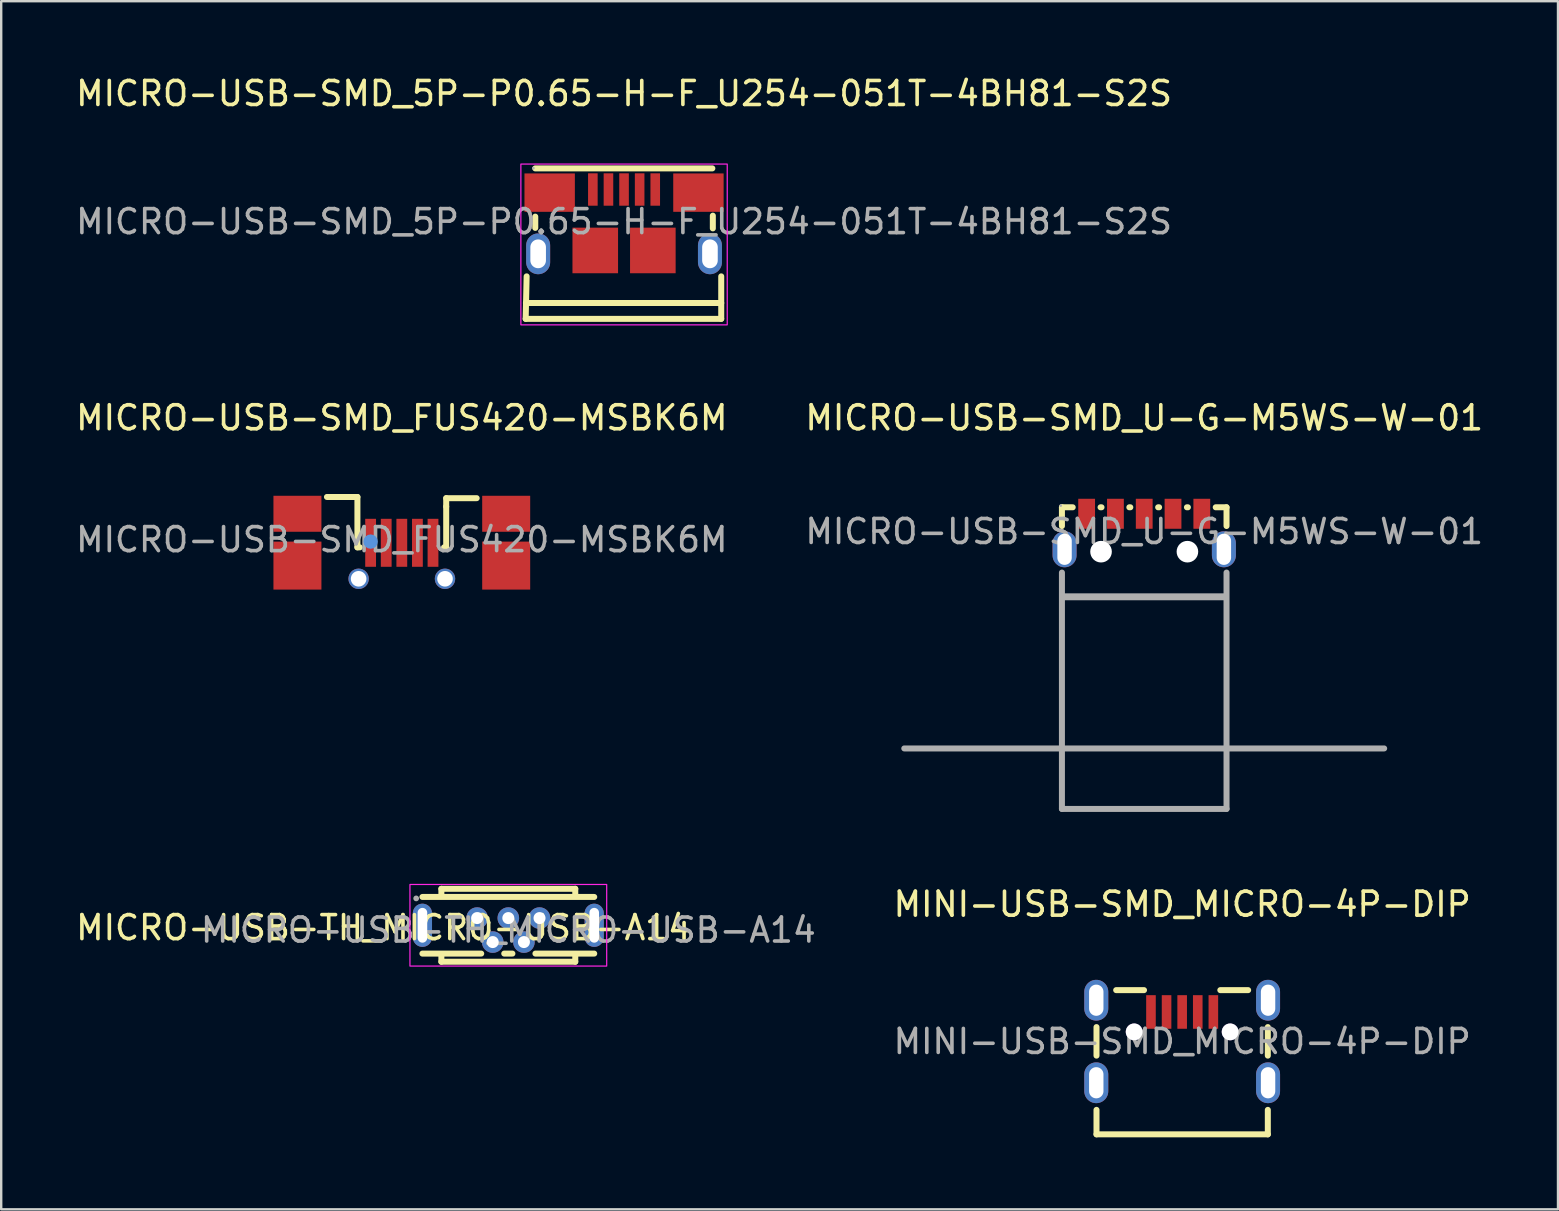
<source format=kicad_pcb>
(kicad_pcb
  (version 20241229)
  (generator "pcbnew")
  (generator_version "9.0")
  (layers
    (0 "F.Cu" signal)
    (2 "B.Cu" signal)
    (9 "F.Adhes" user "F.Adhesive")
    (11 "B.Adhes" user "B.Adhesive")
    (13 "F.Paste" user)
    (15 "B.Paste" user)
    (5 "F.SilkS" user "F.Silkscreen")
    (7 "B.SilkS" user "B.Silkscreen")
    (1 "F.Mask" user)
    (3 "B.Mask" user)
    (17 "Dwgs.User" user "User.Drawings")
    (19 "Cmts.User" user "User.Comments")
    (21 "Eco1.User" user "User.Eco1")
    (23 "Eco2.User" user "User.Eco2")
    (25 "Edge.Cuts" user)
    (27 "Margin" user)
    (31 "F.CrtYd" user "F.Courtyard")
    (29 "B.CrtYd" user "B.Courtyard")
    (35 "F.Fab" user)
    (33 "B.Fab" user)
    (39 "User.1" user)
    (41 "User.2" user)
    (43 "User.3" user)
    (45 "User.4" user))
  (footprint "MICRO-USB-TH_MICRO-USB-A14"
    (layer "F.Cu")
    (at 18.135 35.712)
    (property "Reference" "MICRO-USB-TH_MICRO-USB-A14" (at -5.2 -0.1 0) (layer "F.SilkS") (effects (font (size 1 1) (thickness 0.15))))
    (attr through_hole)
    (fp_line (start -3.58 -1.38) (end 3.58 -1.38) (stroke (width 0.25) (type solid)) (layer "F.SilkS"))
    (fp_line (start -3.58 0.98) (end -1.13 0.98) (stroke (width 0.25) (type solid)) (layer "F.SilkS"))
    (fp_line (start -2.79 -1.72) (end -2.79 -1.47) (stroke (width 0.25) (type solid)) (layer "F.SilkS"))
    (fp_line (start -2.79 1.07) (end -2.79 1.32) (stroke (width 0.25) (type solid)) (layer "F.SilkS"))
    (fp_line (start -2.79 1.32) (end 2.79 1.32) (stroke (width 0.25) (type solid)) (layer "F.SilkS"))
    (fp_line (start -0.17 0.98) (end 0.17 0.98) (stroke (width 0.25) (type solid)) (layer "F.SilkS"))
    (fp_line (start 1.13 0.98) (end 3.58 0.98) (stroke (width 0.25) (type solid)) (layer "F.SilkS"))
    (fp_line (start 2.79 -1.72) (end -2.79 -1.72) (stroke (width 0.25) (type solid)) (layer "F.SilkS"))
    (fp_line (start 2.79 -1.47) (end 2.79 -1.72) (stroke (width 0.25) (type solid)) (layer "F.SilkS"))
    (fp_line (start 2.79 1.32) (end 2.79 1.07) (stroke (width 0.25) (type solid)) (layer "F.SilkS"))
    (fp_rect (start -4.1 -1.9) (end 4.1 1.5) (stroke (width 0.05) (type default)) (fill no) (layer "F.CrtYd"))
    (fp_circle (center -3.84 -1.32) (end -3.78 -1.32) (stroke (width 0.12) (type solid)) (fill no) (layer "F.Fab"))
    (fp_circle (center -1.3 -0.5) (end -1.22 -0.5) (stroke (width 0.15) (type solid)) (fill no) (layer "F.Fab"))
    (fp_circle (center -0.65 0.5) (end -0.57 0.5) (stroke (width 0.15) (type solid)) (fill no) (layer "F.Fab"))
    (fp_circle (center 0 -0.5) (end 0.08 -0.5) (stroke (width 0.15) (type solid)) (fill no) (layer "F.Fab"))
    (fp_circle (center 0.65 0.5) (end 0.73 0.5) (stroke (width 0.15) (type solid)) (fill no) (layer "F.Fab"))
    (fp_circle (center 1.3 -0.5) (end 1.38 -0.5) (stroke (width 0.15) (type solid)) (fill no) (layer "F.Fab"))
    (fp_text user "${REFERENCE}" (at 0 0 0) (layer "F.Fab") (effects (font (size 1 1) (thickness 0.15))))
    (pad "1" thru_hole circle (at -1.3 -0.5 90) (size 0.9 0.9) (drill 0.5) (layers "*.Cu" "*.Paste" "*.Mask"))
    (pad "2" thru_hole circle (at -0.65 0.5 90) (size 0.9 0.9) (drill 0.5) (layers "*.Cu" "*.Paste" "*.Mask"))
    (pad "3" thru_hole circle (at 0 -0.5 90) (size 0.9 0.9) (drill 0.5) (layers "*.Cu" "*.Paste" "*.Mask"))
    (pad "4" thru_hole circle (at 0.65 0.5 90) (size 0.9 0.9) (drill 0.5) (layers "*.Cu" "*.Paste" "*.Mask"))
    (pad "5" thru_hole circle (at 1.3 -0.5 90) (size 0.9 0.9) (drill 0.5) (layers "*.Cu" "*.Paste" "*.Mask"))
    (pad "6" thru_hole oval (at -3.58 -0.2 180) (size 0.8 1.8) (drill oval 0.4 1.45) (layers "*.Cu" "*.Paste" "*.Mask"))
    (pad "6" thru_hole oval (at 3.58 -0.2 180) (size 0.8 1.8) (drill oval 0.4 1.45) (layers "*.Cu" "*.Paste" "*.Mask")))
  (footprint "MICRO-USB-SMD_U-G-M5WS-W-01"
    (layer "F.Cu")
    (at 44.637 19.102)
    (property "Reference" "MICRO-USB-SMD_U-G-M5WS-W-01" (at 0 -4.74 0) (layer "F.SilkS") (effects (font (size 1 1) (thickness 0.15))))
    (attr smd)
    (fp_line (start -3.43 -1.01) (end -3.43 -0.23) (stroke (width 0.25) (type solid)) (layer "F.SilkS"))
    (fp_line (start -3.4 2.4) (end -3.4 1.7) (stroke (width 0.12) (type default)) (layer "F.SilkS"))
    (fp_line (start -2.98 -1.01) (end -3.43 -1.01) (stroke (width 0.25) (type solid)) (layer "F.SilkS"))
    (fp_line (start -1.78 -1.01) (end -1.82 -1.01) (stroke (width 0.25) (type solid)) (layer "F.SilkS"))
    (fp_line (start -0.58 -1.01) (end -0.62 -1.01) (stroke (width 0.25) (type solid)) (layer "F.SilkS"))
    (fp_line (start 0.62 -1.01) (end 0.58 -1.01) (stroke (width 0.25) (type solid)) (layer "F.SilkS"))
    (fp_line (start 1.82 -1.01) (end 1.78 -1.01) (stroke (width 0.25) (type solid)) (layer "F.SilkS"))
    (fp_line (start 3.4 1.7) (end 3.4 2.4) (stroke (width 0.12) (type default)) (layer "F.SilkS"))
    (fp_line (start 3.43 -1.01) (end 2.98 -1.01) (stroke (width 0.25) (type solid)) (layer "F.SilkS"))
    (fp_line (start 3.43 -0.23) (end 3.43 -1.01) (stroke (width 0.25) (type solid)) (layer "F.SilkS"))
    (fp_line (start -3.43 1.71) (end -3.43 11.56) (stroke (width 0.25) (type solid)) (layer "F.Fab"))
    (fp_line (start -3.43 11.56) (end 3.43 11.56) (stroke (width 0.25) (type solid)) (layer "F.Fab"))
    (fp_line (start -3.4 2.7) (end 3.4 2.7) (stroke (width 0.25) (type solid)) (layer "F.Fab"))
    (fp_line (start 3.4 2.74) (end -3.4 2.74) (stroke (width 0.25) (type solid)) (layer "F.Fab"))
    (fp_line (start 3.43 11.56) (end 3.43 1.71) (stroke (width 0.25) (type solid)) (layer "F.Fab"))
    (fp_line (start 10 9.04) (end -10 9.04) (stroke (width 0.25) (type solid)) (layer "F.Fab"))
    (fp_circle (center -3.48 -1.08) (end -3.45 -1.08) (stroke (width 0.06) (type solid)) (fill no) (layer "F.Fab"))
    (fp_text user "${REFERENCE}" (at 0 0 0) (layer "F.Fab") (effects (font (size 1 1) (thickness 0.15))))
    (pad "" np_thru_hole circle (at -1.8 0.84) (size 0.9 0.9) (drill 0.9) (layers "*.Cu" "*.Mask"))
    (pad "" np_thru_hole circle (at 1.8 0.84) (size 0.9 0.9) (drill 0.9) (layers "*.Cu" "*.Mask"))
    (pad "1" smd rect (at -2.4 -0.74) (size 0.7 1.25) (layers "F.Cu" "F.Mask" "F.Paste"))
    (pad "2" smd rect (at -1.2 -0.74) (size 0.7 1.25) (layers "F.Cu" "F.Mask" "F.Paste"))
    (pad "3" smd rect (at 0 -0.74) (size 0.7 1.25) (layers "F.Cu" "F.Mask" "F.Paste"))
    (pad "4" smd rect (at 1.2 -0.74) (size 0.7 1.25) (layers "F.Cu" "F.Mask" "F.Paste"))
    (pad "5" smd rect (at 2.4 -0.74) (size 0.7 1.25) (layers "F.Cu" "F.Mask" "F.Paste"))
    (pad "6" thru_hole oval (at -3.32 0.74) (size 1 1.5) (drill oval 0.6 1.3) (layers "*.Cu" "*.Paste" "*.Mask"))
    (pad "7" thru_hole oval (at 3.32 0.74) (size 1 1.5) (drill oval 0.6 1.3) (layers "*.Cu" "*.Paste" "*.Mask")))
  (footprint "MICRO-USB-SMD_FUS420-MSBK6M"
    (layer "F.Cu")
    (at 13.696 19.442)
    (property "Reference" "MICRO-USB-SMD_FUS420-MSBK6M" (at 0 -5.08 0) (layer "F.SilkS") (effects (font (size 1 1) (thickness 0.15))))
    (attr smd)
    (fp_line (start -1.85 -1.78) (end -3.12 -1.78) (stroke (width 0.25) (type solid)) (layer "F.SilkS"))
    (fp_line (start -1.85 0.32) (end -1.85 -1.78) (stroke (width 0.25) (type solid)) (layer "F.SilkS"))
    (fp_line (start -1.75 0.32) (end -1.85 0.32) (stroke (width 0.25) (type solid)) (layer "F.SilkS"))
    (fp_line (start 1.85 -1.73) (end 3.12 -1.73) (stroke (width 0.25) (type solid)) (layer "F.SilkS"))
    (fp_line (start 1.85 -1.38) (end 1.85 -1.73) (stroke (width 0.25) (type solid)) (layer "F.SilkS"))
    (fp_line (start 1.85 -1.38) (end 1.85 0.32) (stroke (width 0.25) (type solid)) (layer "F.SilkS"))
    (fp_line (start 1.85 0.32) (end 1.76 0.32) (stroke (width 0.25) (type solid)) (layer "F.SilkS"))
    (fp_circle (center -1.3 0.08) (end -1.15 0.08) (stroke (width 0.3) (type solid)) (fill no) (layer "Cmts.User"))
    (fp_line (start -3.45 2.67) (end -3.45 10.47) (stroke (width 0.25) (type solid)) (layer "User.1"))
    (fp_line (start -3.45 10.47) (end 3.55 10.47) (stroke (width 0.25) (type solid)) (layer "User.1"))
    (fp_line (start 3.55 10.47) (end 3.55 2.3) (stroke (width 0.25) (type solid)) (layer "User.1"))
    (fp_line (start 4.8 4.8) (end -4.8 4.8) (stroke (width 0.12) (type solid)) (layer "User.1"))
    (fp_text user "${REFERENCE}" (at 0 0 0) (layer "F.Fab") (effects (font (size 1 1) (thickness 0.15))))
    (pad "" np_thru_hole circle (at -1.8 1.63) (size 0.85 0.85) (drill 0.65) (layers "*.Cu" "*.Mask"))
    (pad "" np_thru_hole circle (at 1.8 1.63) (size 0.85 0.85) (drill 0.65) (layers "*.Cu" "*.Mask"))
    (pad "1" smd rect (at -1.3 0.13) (size 0.45 2) (layers "F.Cu" "F.Mask" "F.Paste"))
    (pad "2" smd rect (at -0.65 0.13) (size 0.45 2) (layers "F.Cu" "F.Mask" "F.Paste"))
    (pad "3" smd rect (at 0 0.13) (size 0.45 2) (layers "F.Cu" "F.Mask" "F.Paste"))
    (pad "4" smd rect (at 0.65 0.13) (size 0.45 2) (layers "F.Cu" "F.Mask" "F.Paste"))
    (pad "5" smd rect (at 1.3 0.13) (size 0.45 2) (layers "F.Cu" "F.Mask" "F.Paste"))
    (pad "8" smd rect (at -4.35 -1.08) (size 2 1.5) (layers "F.Cu" "F.Mask" "F.Paste"))
    (pad "9" smd rect (at 4.35 -1.08) (size 2 1.5) (layers "F.Cu" "F.Mask" "F.Paste"))
    (pad "12" smd rect (at -4.35 1.08) (size 2 2) (layers "F.Cu" "F.Mask" "F.Paste"))
    (pad "13" smd rect (at 4.35 1.08) (size 2 2) (layers "F.Cu" "F.Mask" "F.Paste")))
  (footprint "MICRO-USB-SMD_5P-P0.65-H-F_U254-051T-4BH81-S2S"
    (layer "F.Cu")
    (at 22.958 6.188)
    (property "Reference" "MICRO-USB-SMD_5P-P0.65-H-F_U254-051T-4BH81-S2S" (at 0 -5.34 0) (layer "F.SilkS") (effects (font (size 1 1) (thickness 0.15))))
    (attr smd)
    (fp_line (start -4.1 4.05) (end -4.06 2.28) (stroke (width 0.25) (type solid)) (layer "F.SilkS"))
    (fp_line (start -4.09 3.39) (end 4.05 3.39) (stroke (width 0.25) (type solid)) (layer "F.SilkS"))
    (fp_line (start -3.7 -2.22) (end 3.68 -2.22) (stroke (width 0.25) (type solid)) (layer "F.SilkS"))
    (fp_line (start -3.7 -0.21) (end -3.7 0.26) (stroke (width 0.25) (type solid)) (layer "F.SilkS"))
    (fp_line (start 3.7 -0.25) (end 3.7 0.28) (stroke (width 0.25) (type solid)) (layer "F.SilkS"))
    (fp_line (start 4.05 2.28) (end 4.05 4.05) (stroke (width 0.25) (type solid)) (layer "F.SilkS"))
    (fp_line (start 4.05 4.05) (end -4.1 4.05) (stroke (width 0.25) (type solid)) (layer "F.SilkS"))
    (fp_rect (start 4.3 -2.4) (end -4.3 4.3) (stroke (width 0.05) (type default)) (fill no) (layer "F.CrtYd"))
    (fp_circle (center -3.78 -2.23) (end -3.75 -2.23) (stroke (width 0.06) (type solid)) (fill no) (layer "F.Fab"))
    (fp_text user "${REFERENCE}" (at 0 0 0) (layer "F.Fab") (effects (font (size 1 1) (thickness 0.15))))
    (pad "" thru_hole oval (at -3.58 1.34) (size 1 1.7) (drill oval 0.65 1.2) (layers "*.Cu" "*.Paste" "*.Mask"))
    (pad "" smd rect (at -1.2 1.2) (size 1.9 1.9) (layers "F.Cu" "F.Mask" "F.Paste"))
    (pad "" smd rect (at 1.2 1.2) (size 1.9 1.9) (layers "F.Cu" "F.Mask" "F.Paste"))
    (pad "" smd rect (at 3.1 -1.21) (size 2.1 1.6) (layers "F.Cu" "F.Mask" "F.Paste"))
    (pad "" thru_hole oval (at 3.58 1.34) (size 1 1.7) (drill oval 0.65 1.2) (layers "*.Cu" "*.Paste" "*.Mask"))
    (pad "1" smd rect (at -1.3 -1.34) (size 0.4 1.35) (layers "F.Cu" "F.Mask" "F.Paste"))
    (pad "2" smd rect (at -0.65 -1.34) (size 0.4 1.35) (layers "F.Cu" "F.Mask" "F.Paste"))
    (pad "3" smd rect (at 0 -1.34) (size 0.4 1.35) (layers "F.Cu" "F.Mask" "F.Paste"))
    (pad "4" smd rect (at 0.65 -1.34) (size 0.4 1.35) (layers "F.Cu" "F.Mask" "F.Paste"))
    (pad "5" smd rect (at 1.3 -1.34) (size 0.4 1.35) (layers "F.Cu" "F.Mask" "F.Paste"))
    (pad "6" smd rect (at -3.1 -1.21) (size 2.1 1.6) (layers "F.Cu" "F.Mask" "F.Paste")))
  (footprint "MINI-USB-SMD_MICRO-4P-DIP"
    (layer "F.Cu")
    (at 46.218 40.355)
    (property "Reference" "MINI-USB-SMD_MICRO-4P-DIP" (at 0 -5.72 0) (layer "F.SilkS") (effects (font (size 1 1) (thickness 0.15))))
    (attr smd)
    (fp_line (start -3.57 0.59) (end -3.57 -0.6) (stroke (width 0.25) (type solid)) (layer "F.SilkS"))
    (fp_line (start -3.57 3.87) (end -3.57 2.85) (stroke (width 0.25) (type solid)) (layer "F.SilkS"))
    (fp_line (start -3.57 3.87) (end 3.57 3.87) (stroke (width 0.25) (type solid)) (layer "F.SilkS"))
    (fp_line (start -1.59 -2.14) (end -2.75 -2.14) (stroke (width 0.25) (type solid)) (layer "F.SilkS"))
    (fp_line (start 2.75 -2.14) (end 1.59 -2.14) (stroke (width 0.25) (type solid)) (layer "F.SilkS"))
    (fp_line (start 3.57 0.59) (end 3.57 -0.6) (stroke (width 0.25) (type solid)) (layer "F.SilkS"))
    (fp_line (start 3.57 3.87) (end 3.57 2.85) (stroke (width 0.25) (type solid)) (layer "F.SilkS"))
    (fp_circle (center -2 -0.4) (end -1.85 -0.4) (stroke (width 0.3) (type solid)) (fill no) (layer "Cmts.User"))
    (fp_circle (center 2 -0.4) (end 2.15 -0.4) (stroke (width 0.3) (type solid)) (fill no) (layer "Cmts.User"))
    (fp_circle (center -3.75 -2.2) (end -3.72 -2.2) (stroke (width 0.06) (type solid)) (fill no) (layer "F.Fab"))
    (fp_text user "${REFERENCE}" (at 0 0 0) (layer "F.Fab") (effects (font (size 1 1) (thickness 0.15))))
    (pad "" thru_hole circle (at -2 -0.4) (size 0.7 0.7) (drill 0.7) (layers "*.Cu" "*.Mask"))
    (pad "" thru_hole circle (at 2 -0.4) (size 0.7 0.7) (drill 0.7) (layers "*.Cu" "*.Mask"))
    (pad "1" smd rect (at -1.3 -1.23) (size 0.4 1.4) (layers "F.Cu" "F.Mask" "F.Paste"))
    (pad "2" smd rect (at -0.65 -1.23) (size 0.4 1.4) (layers "F.Cu" "F.Mask" "F.Paste"))
    (pad "3" smd rect (at 0 -1.23) (size 0.4 1.4) (layers "F.Cu" "F.Mask" "F.Paste"))
    (pad "4" smd rect (at 0.65 -1.23) (size 0.4 1.4) (layers "F.Cu" "F.Mask" "F.Paste"))
    (pad "5" smd rect (at 1.3 -1.23) (size 0.4 1.4) (layers "F.Cu" "F.Mask" "F.Paste"))
    (pad "6" thru_hole oval (at -3.58 -1.72) (size 1 1.7) (drill oval 0.6 1.3) (layers "*.Cu" "*.Paste" "*.Mask"))
    (pad "6" thru_hole oval (at -3.58 1.72) (size 1 1.7) (drill oval 0.6 1.3) (layers "*.Cu" "*.Paste" "*.Mask"))
    (pad "6" thru_hole oval (at 3.58 -1.72) (size 1 1.7) (drill oval 0.6 1.3) (layers "*.Cu" "*.Paste" "*.Mask"))
    (pad "6" thru_hole oval (at 3.58 1.72) (size 1 1.7) (drill oval 0.6 1.3) (layers "*.Cu" "*.Paste" "*.Mask")))
  (gr_rect
    (start -3 -3)
    (end 61.881 47.35)
    (stroke (width 0.1) (type default))
    (fill no)
    (layer "Edge.Cuts")))
</source>
